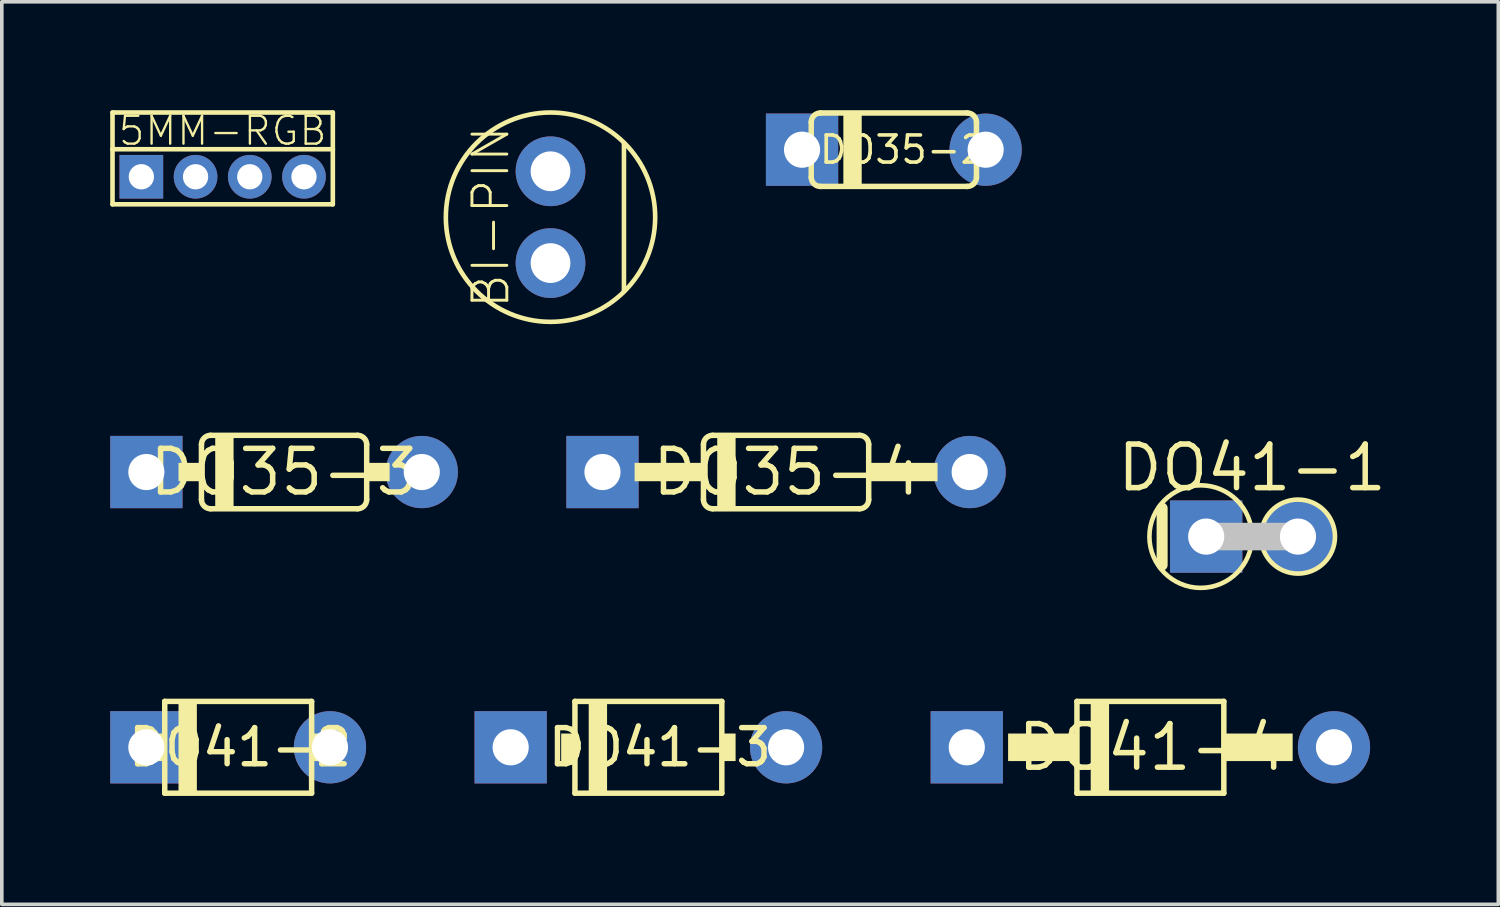
<source format=kicad_pcb>
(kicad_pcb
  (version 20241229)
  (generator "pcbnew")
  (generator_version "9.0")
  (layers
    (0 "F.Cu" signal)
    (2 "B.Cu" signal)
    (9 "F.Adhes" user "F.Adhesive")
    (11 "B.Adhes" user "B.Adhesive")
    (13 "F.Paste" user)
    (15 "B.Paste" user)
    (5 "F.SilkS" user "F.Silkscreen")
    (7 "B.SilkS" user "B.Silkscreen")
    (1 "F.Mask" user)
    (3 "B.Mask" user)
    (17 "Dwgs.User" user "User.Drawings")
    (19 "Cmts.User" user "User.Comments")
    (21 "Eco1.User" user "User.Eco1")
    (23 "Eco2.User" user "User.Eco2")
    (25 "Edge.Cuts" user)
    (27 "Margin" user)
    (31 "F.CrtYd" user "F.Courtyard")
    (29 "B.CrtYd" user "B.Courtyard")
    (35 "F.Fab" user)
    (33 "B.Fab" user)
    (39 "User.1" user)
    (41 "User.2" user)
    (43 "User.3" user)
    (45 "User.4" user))
  (footprint "5MM-RGB"
    (layer "F.Cu")
    (at 3.111 1.841)
    (property "Reference" "5MM-RGB" (at 0 -1.27 0) (layer "F.SilkS") (effects (font (size 0.772 0.772) (thickness 0.065))))
    (attr through_hole)
    (fp_line (start -3.048 -1.778) (end -3.048 -0.762) (stroke (width 0.127) (type solid)) (layer "F.SilkS"))
    (fp_line (start -3.048 -0.762) (end -3.048 0.762) (stroke (width 0.127) (type solid)) (layer "F.SilkS"))
    (fp_line (start -3.048 -0.762) (end 3.048 -0.762) (stroke (width 0.127) (type solid)) (layer "F.SilkS"))
    (fp_line (start -3.048 0.762) (end 3.048 0.762) (stroke (width 0.127) (type solid)) (layer "F.SilkS"))
    (fp_line (start 3.048 -1.778) (end -3.048 -1.778) (stroke (width 0.127) (type solid)) (layer "F.SilkS"))
    (fp_line (start 3.048 -0.762) (end 3.048 -1.778) (stroke (width 0.127) (type solid)) (layer "F.SilkS"))
    (fp_line (start 3.048 0.762) (end 3.048 -0.762) (stroke (width 0.127) (type solid)) (layer "F.SilkS"))
    (pad "1" thru_hole rect (at -2.25 0) (size 1.208 1.208) (drill 0.7) (layers "*.Cu" "*.Mask"))
    (pad "2" thru_hole oval (at -0.75 0) (size 1.208 1.208) (drill 0.7) (layers "*.Cu" "*.Mask"))
    (pad "3" thru_hole oval (at 0.75 0) (size 1.208 1.208) (drill 0.7) (layers "*.Cu" "*.Mask"))
    (pad "4" thru_hole oval (at 2.25 0) (size 1.208 1.208) (drill 0.7) (layers "*.Cu" "*.Mask")))
  (footprint "DO35-2"
    (layer "F.Cu")
    (at 21.682 1.092)
    (property "Reference" "DO35-2" (at 0.254 0 0) (layer "F.SilkS") (effects (font (size 0.75 0.75) (thickness 0.1))))
    (attr through_hole)
    (fp_line (start -2.286 -0.762) (end -2.286 0.762) (stroke (width 0.152) (type solid)) (layer "F.SilkS"))
    (fp_line (start -2.032 -1.016) (end 2.032 -1.016) (stroke (width 0.152) (type solid)) (layer "F.SilkS"))
    (fp_line (start -2.032 1.016) (end 2.032 1.016) (stroke (width 0.152) (type solid)) (layer "F.SilkS"))
    (fp_line (start 2.286 -0.762) (end 2.286 0.762) (stroke (width 0.152) (type solid)) (layer "F.SilkS"))
    (fp_arc (start -2.286 -0.762) (mid -2.211605 -0.941605) (end -2.032 -1.016) (stroke (width 0.1524) (type solid)) (layer "F.SilkS"))
    (fp_arc (start -2.032 1.016) (mid -2.211605 0.941605) (end -2.286 0.762) (stroke (width 0.1524) (type solid)) (layer "F.SilkS"))
    (fp_arc (start 2.032 -1.016) (mid 2.211605 -0.941605) (end 2.286 -0.762) (stroke (width 0.1524) (type solid)) (layer "F.SilkS"))
    (fp_arc (start 2.286 0.762) (mid 2.211605 0.941605) (end 2.032 1.016) (stroke (width 0.1524) (type solid)) (layer "F.SilkS"))
    (fp_poly (pts (xy -1.397 1.016) (xy -0.889 1.016) (xy -0.889 -1.016) (xy -1.397 -1.016)) (stroke (width 0) (type solid)) (fill yes) (layer "F.SilkS"))
    (fp_line (start -2.54 0) (end -2.464 0) (stroke (width 0.508) (type solid)) (layer "Dwgs.User"))
    (fp_line (start 2.54 0) (end 2.464 0) (stroke (width 0.508) (type solid)) (layer "Dwgs.User"))
    (pad "1" thru_hole rect (at -2.54 0) (size 2 2) (drill 1) (layers "*.Cu" "*.Mask"))
    (pad "2" thru_hole oval (at 2.54 0) (size 2 2) (drill 1) (layers "*.Cu" "*.Mask")))
  (footprint "DO41-4"
    (layer "F.Cu")
    (at 28.78 17.627)
    (property "Reference" "DO41-4" (at 0.051 0 0) (layer "F.SilkS") (effects (font (size 1.206 1.206) (thickness 0.152))))
    (attr through_hole)
    (fp_line (start -2.032 -1.27) (end -2.032 1.27) (stroke (width 0.152) (type solid)) (layer "F.SilkS"))
    (fp_line (start -2.032 -1.27) (end 2.032 -1.27) (stroke (width 0.152) (type solid)) (layer "F.SilkS"))
    (fp_line (start 2.032 1.27) (end -2.032 1.27) (stroke (width 0.152) (type solid)) (layer "F.SilkS"))
    (fp_line (start 2.032 1.27) (end 2.032 -1.27) (stroke (width 0.152) (type solid)) (layer "F.SilkS"))
    (fp_poly (pts (xy -3.937 0.381) (xy -2.032 0.381) (xy -2.032 -0.381) (xy -3.937 -0.381)) (stroke (width 0) (type solid)) (fill yes) (layer "F.SilkS"))
    (fp_poly (pts (xy -1.651 1.27) (xy -1.143 1.27) (xy -1.143 -1.27) (xy -1.651 -1.27)) (stroke (width 0) (type solid)) (fill yes) (layer "F.SilkS"))
    (fp_poly (pts (xy 2.032 0.381) (xy 3.937 0.381) (xy 3.937 -0.381) (xy 2.032 -0.381)) (stroke (width 0) (type solid)) (fill yes) (layer "F.SilkS"))
    (pad "A" thru_hole oval (at 5.08 0) (size 2 2) (drill 1) (layers "*.Cu" "*.Mask"))
    (pad "C" thru_hole rect (at -5.08 0) (size 2 2) (drill 1) (layers "*.Cu" "*.Mask")))
  (footprint "DO41-3"
    (layer "F.Cu")
    (at 14.89 17.627)
    (property "Reference" "DO41-3" (at 0.318 0 0) (layer "F.SilkS") (effects (font (size 1 1) (thickness 0.15))))
    (attr through_hole)
    (fp_line (start -2.032 -1.27) (end -2.032 1.27) (stroke (width 0.152) (type solid)) (layer "F.SilkS"))
    (fp_line (start -2.032 -1.27) (end 2.032 -1.27) (stroke (width 0.152) (type solid)) (layer "F.SilkS"))
    (fp_line (start 2.032 1.27) (end -2.032 1.27) (stroke (width 0.152) (type solid)) (layer "F.SilkS"))
    (fp_line (start 2.032 1.27) (end 2.032 -1.27) (stroke (width 0.152) (type solid)) (layer "F.SilkS"))
    (fp_poly (pts (xy -2.413 0.381) (xy -2.032 0.381) (xy -2.032 -0.381) (xy -2.413 -0.381)) (stroke (width 0) (type solid)) (fill yes) (layer "F.SilkS"))
    (fp_poly (pts (xy -1.651 1.27) (xy -1.143 1.27) (xy -1.143 -1.27) (xy -1.651 -1.27)) (stroke (width 0) (type solid)) (fill yes) (layer "F.SilkS"))
    (fp_poly (pts (xy 2.032 0.381) (xy 2.413 0.381) (xy 2.413 -0.381) (xy 2.032 -0.381)) (stroke (width 0) (type solid)) (fill yes) (layer "F.SilkS"))
    (pad "1" thru_hole rect (at -3.81 0) (size 2 2) (drill 1) (layers "*.Cu" "*.Mask"))
    (pad "2" thru_hole oval (at 3.81 0) (size 2 2) (drill 1) (layers "*.Cu" "*.Mask")))
  (footprint "DO41-1"
    (layer "F.Cu")
    (at 31.594 11.797)
    (property "Reference" "DO41-1" (at 0 -1.905 0) (layer "F.SilkS") (effects (font (size 1.206 1.206) (thickness 0.152))))
    (attr through_hole)
    (fp_line (start -2.489 -0.787) (end -2.489 0.787) (stroke (width 0.305) (type solid)) (layer "F.SilkS"))
    (fp_line (start -0.025 -0.254) (end 0.279 -0.254) (stroke (width 0.127) (type solid)) (layer "F.SilkS"))
    (fp_line (start -0.025 0.254) (end 0.279 0.254) (stroke (width 0.127) (type solid)) (layer "F.SilkS"))
    (fp_circle (center -1.422 0) (end -0.003 0) (stroke (width 0.127) (type solid)) (fill no) (layer "F.SilkS"))
    (fp_circle (center 1.27 0) (end 2.294 0) (stroke (width 0.127) (type solid)) (fill no) (layer "F.SilkS"))
    (fp_line (start 1.27 0) (end -1.143 0) (stroke (width 0.762) (type solid)) (layer "Dwgs.User"))
    (pad "1" thru_hole rect (at -1.27 0) (size 2 2) (drill 1) (layers "*.Cu" "*.Mask"))
    (pad "2" thru_hole oval (at 1.27 0) (size 2 2) (drill 1) (layers "*.Cu" "*.Mask")))
  (footprint "DO35-3"
    (layer "F.Cu")
    (at 4.81 10.011)
    (property "Reference" "DO35-3" (at 0 0 0) (layer "F.SilkS") (effects (font (size 1.206 1.206) (thickness 0.152))))
    (attr through_hole)
    (fp_line (start -2.286 -0.762) (end -2.286 0.762) (stroke (width 0.152) (type solid)) (layer "F.SilkS"))
    (fp_line (start -2.032 -1.016) (end 2.032 -1.016) (stroke (width 0.152) (type solid)) (layer "F.SilkS"))
    (fp_line (start -2.032 1.016) (end 2.032 1.016) (stroke (width 0.152) (type solid)) (layer "F.SilkS"))
    (fp_line (start 2.286 -0.762) (end 2.286 0.762) (stroke (width 0.152) (type solid)) (layer "F.SilkS"))
    (fp_arc (start -2.286 -0.762) (mid -2.211605 -0.941605) (end -2.032 -1.016) (stroke (width 0.1524) (type solid)) (layer "F.SilkS"))
    (fp_arc (start -2.032 1.016) (mid -2.211605 0.941605) (end -2.286 0.762) (stroke (width 0.1524) (type solid)) (layer "F.SilkS"))
    (fp_arc (start 2.032 -1.016) (mid 2.211605 -0.941605) (end 2.286 -0.762) (stroke (width 0.1524) (type solid)) (layer "F.SilkS"))
    (fp_arc (start 2.286 0.762) (mid 2.211605 0.941605) (end 2.032 1.016) (stroke (width 0.1524) (type solid)) (layer "F.SilkS"))
    (fp_poly (pts (xy -2.921 0.254) (xy -2.286 0.254) (xy -2.286 -0.254) (xy -2.921 -0.254)) (stroke (width 0) (type solid)) (fill yes) (layer "F.SilkS"))
    (fp_poly (pts (xy -1.905 1.016) (xy -1.397 1.016) (xy -1.397 -1.016) (xy -1.905 -1.016)) (stroke (width 0) (type solid)) (fill yes) (layer "F.SilkS"))
    (fp_poly (pts (xy 2.286 0.254) (xy 2.921 0.254) (xy 2.921 -0.254) (xy 2.286 -0.254)) (stroke (width 0) (type solid)) (fill yes) (layer "F.SilkS"))
    (pad "1" thru_hole rect (at -3.81 0) (size 2 2) (drill 1) (layers "*.Cu" "*.Mask"))
    (pad "2" thru_hole oval (at 3.81 0) (size 2 2) (drill 1) (layers "*.Cu" "*.Mask")))
  (footprint "BI-PIN"
    (layer "F.Cu")
    (at 12.182 2.959)
    (property "Reference" "BI-PIN" (at -1.651 0 90) (layer "F.SilkS") (effects (font (size 0.965 0.965) (thickness 0.081))))
    (attr through_hole)
    (fp_line (start 2.032 -2.032) (end 2.032 2.032) (stroke (width 0.127) (type solid)) (layer "F.SilkS"))
    (fp_circle (center 0 0) (end 2.896 0) (stroke (width 0.127) (type solid)) (fill no) (layer "F.SilkS"))
    (pad "P$1" thru_hole oval (at 0 -1.27) (size 1.93 1.93) (drill 1.1) (layers "*.Cu" "*.Mask"))
    (pad "P$2" thru_hole oval (at 0 1.27) (size 1.93 1.93) (drill 1.1) (layers "*.Cu" "*.Mask")))
  (footprint "DO41-2"
    (layer "F.Cu")
    (at 3.54 17.627)
    (property "Reference" "DO41-2" (at 0.051 0 0) (layer "F.SilkS") (effects (font (size 1 1) (thickness 0.15))))
    (attr through_hole)
    (fp_line (start -2.032 -1.27) (end -2.032 1.27) (stroke (width 0.152) (type solid)) (layer "F.SilkS"))
    (fp_line (start -2.032 -1.27) (end 2.032 -1.27) (stroke (width 0.152) (type solid)) (layer "F.SilkS"))
    (fp_line (start 2.032 1.27) (end -2.032 1.27) (stroke (width 0.152) (type solid)) (layer "F.SilkS"))
    (fp_line (start 2.032 1.27) (end 2.032 -1.27) (stroke (width 0.152) (type solid)) (layer "F.SilkS"))
    (fp_poly (pts (xy -2.413 0.381) (xy -2.032 0.381) (xy -2.032 -0.381) (xy -2.413 -0.381)) (stroke (width 0) (type solid)) (fill yes) (layer "F.SilkS"))
    (fp_poly (pts (xy -1.651 1.27) (xy -1.143 1.27) (xy -1.143 -1.27) (xy -1.651 -1.27)) (stroke (width 0) (type solid)) (fill yes) (layer "F.SilkS"))
    (fp_poly (pts (xy 2.032 0.381) (xy 2.413 0.381) (xy 2.413 -0.381) (xy 2.032 -0.381)) (stroke (width 0) (type solid)) (fill yes) (layer "F.SilkS"))
    (pad "1" thru_hole rect (at -2.54 0) (size 2 2) (drill 1) (layers "*.Cu" "*.Mask"))
    (pad "2" thru_hole oval (at 2.54 0) (size 2 2) (drill 1) (layers "*.Cu" "*.Mask")))
  (footprint "DO35-4"
    (layer "F.Cu")
    (at 18.7 10.011)
    (property "Reference" "DO35-4" (at 0.025 0 0) (layer "F.SilkS") (effects (font (size 1.206 1.206) (thickness 0.152))))
    (attr through_hole)
    (fp_line (start -2.286 -0.762) (end -2.286 0.762) (stroke (width 0.152) (type solid)) (layer "F.SilkS"))
    (fp_line (start -2.032 -1.016) (end 2.032 -1.016) (stroke (width 0.152) (type solid)) (layer "F.SilkS"))
    (fp_line (start -2.032 1.016) (end 2.032 1.016) (stroke (width 0.152) (type solid)) (layer "F.SilkS"))
    (fp_line (start 2.286 0.762) (end 2.286 -0.762) (stroke (width 0.152) (type solid)) (layer "F.SilkS"))
    (fp_arc (start -2.286 -0.762) (mid -2.211605 -0.941605) (end -2.032 -1.016) (stroke (width 0.1524) (type solid)) (layer "F.SilkS"))
    (fp_arc (start -2.032 1.016) (mid -2.211605 0.941605) (end -2.286 0.762) (stroke (width 0.1524) (type solid)) (layer "F.SilkS"))
    (fp_arc (start 2.032 -1.016) (mid 2.211605 -0.941605) (end 2.286 -0.762) (stroke (width 0.1524) (type solid)) (layer "F.SilkS"))
    (fp_arc (start 2.286 0.762) (mid 2.211605 0.941605) (end 2.032 1.016) (stroke (width 0.1524) (type solid)) (layer "F.SilkS"))
    (fp_poly (pts (xy -4.191 0.254) (xy -2.286 0.254) (xy -2.286 -0.254) (xy -4.191 -0.254)) (stroke (width 0) (type solid)) (fill yes) (layer "F.SilkS"))
    (fp_poly (pts (xy -1.905 1.016) (xy -1.397 1.016) (xy -1.397 -1.016) (xy -1.905 -1.016)) (stroke (width 0) (type solid)) (fill yes) (layer "F.SilkS"))
    (fp_poly (pts (xy 2.286 0.254) (xy 4.191 0.254) (xy 4.191 -0.254) (xy 2.286 -0.254)) (stroke (width 0) (type solid)) (fill yes) (layer "F.SilkS"))
    (pad "A" thru_hole oval (at 5.08 0) (size 2 2) (drill 1) (layers "*.Cu" "*.Mask"))
    (pad "C" thru_hole rect (at -5.08 0) (size 2 2) (drill 1) (layers "*.Cu" "*.Mask")))
  (gr_rect
    (start -3 -3)
    (end 38.407 21.973)
    (stroke (width 0.1) (type default))
    (fill no)
    (layer "Edge.Cuts")))
</source>
